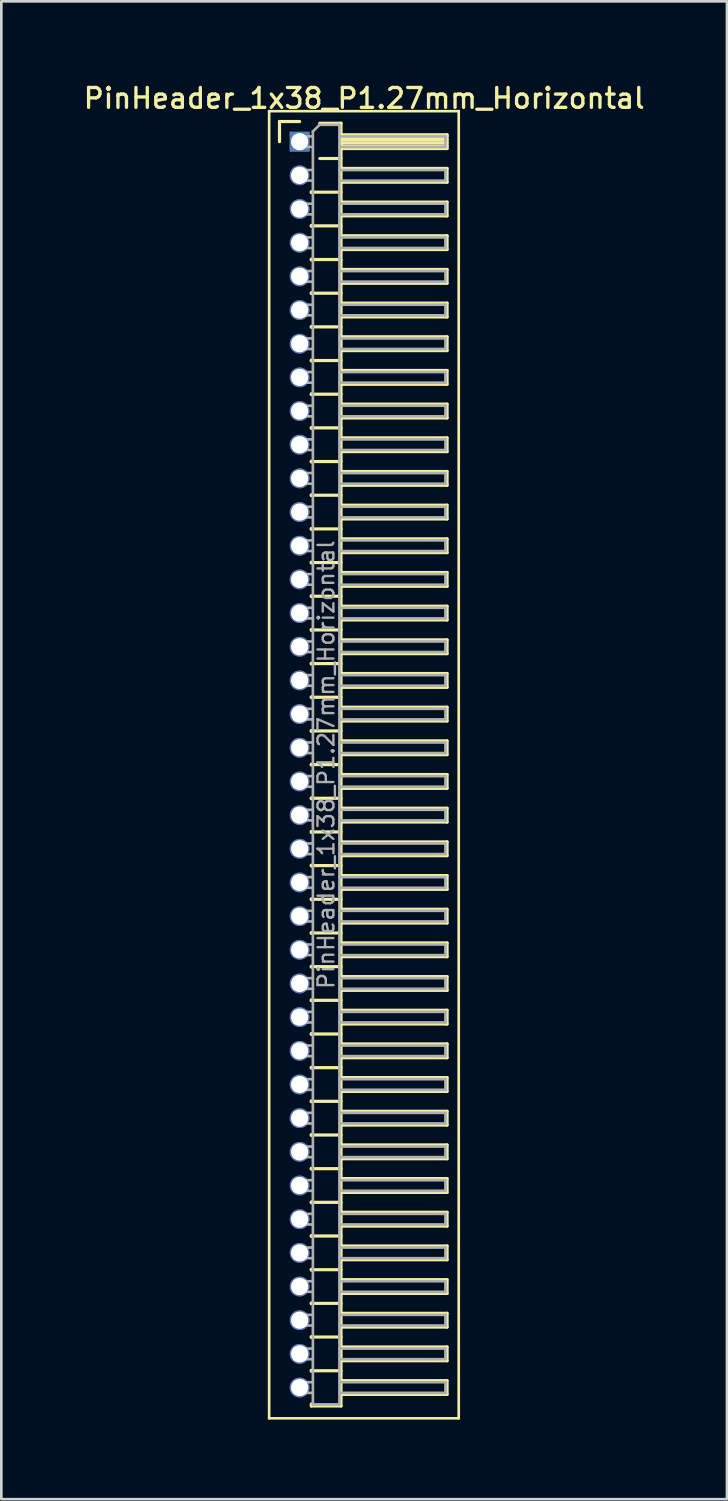
<source format=kicad_pcb>
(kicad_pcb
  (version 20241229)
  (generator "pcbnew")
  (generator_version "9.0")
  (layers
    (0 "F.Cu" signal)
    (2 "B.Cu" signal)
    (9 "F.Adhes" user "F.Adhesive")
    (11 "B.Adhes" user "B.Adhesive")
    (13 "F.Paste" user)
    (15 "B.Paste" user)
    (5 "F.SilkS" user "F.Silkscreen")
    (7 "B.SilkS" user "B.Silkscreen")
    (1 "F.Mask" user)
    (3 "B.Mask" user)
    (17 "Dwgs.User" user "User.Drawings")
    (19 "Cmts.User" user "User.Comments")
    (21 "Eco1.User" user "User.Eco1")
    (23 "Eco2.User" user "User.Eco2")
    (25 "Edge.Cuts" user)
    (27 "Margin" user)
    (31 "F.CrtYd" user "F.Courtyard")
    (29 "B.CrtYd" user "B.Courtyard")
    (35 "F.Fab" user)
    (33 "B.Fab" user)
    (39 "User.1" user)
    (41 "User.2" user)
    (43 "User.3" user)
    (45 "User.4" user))
  (footprint "PinHeader_1x38_P1.27mm_Horizontal"
    (layer "F.Cu")
    (at 8.251 2.293)
    (property "Reference" "PinHeader_1x38_P1.27mm_Horizontal" (at 2.433 -1.635 0) (layer "F.SilkS") (effects (font (size 0.75 0.75) (thickness 0.125))))
    (attr through_hole)
    (fp_line (start -1.15 -1.15) (end -1.15 48.15) (stroke (width 0.1) (type solid)) (layer "F.SilkS"))
    (fp_line (start -1.15 48.15) (end 6 48.15) (stroke (width 0.1) (type solid)) (layer "F.SilkS"))
    (fp_line (start -0.76 -0.76) (end 0 -0.76) (stroke (width 0.12) (type solid)) (layer "F.SilkS"))
    (fp_line (start -0.76 0) (end -0.76 -0.76) (stroke (width 0.12) (type solid)) (layer "F.SilkS"))
    (fp_line (start 0.44 1.89) (end 0.44 1.92) (stroke (width 0.12) (type solid)) (layer "F.SilkS"))
    (fp_line (start 0.44 1.905) (end 1.56 1.905) (stroke (width 0.12) (type solid)) (layer "F.SilkS"))
    (fp_line (start 0.44 3.16) (end 0.44 3.19) (stroke (width 0.12) (type solid)) (layer "F.SilkS"))
    (fp_line (start 0.44 3.175) (end 1.56 3.175) (stroke (width 0.12) (type solid)) (layer "F.SilkS"))
    (fp_line (start 0.44 4.43) (end 0.44 4.46) (stroke (width 0.12) (type solid)) (layer "F.SilkS"))
    (fp_line (start 0.44 4.445) (end 1.56 4.445) (stroke (width 0.12) (type solid)) (layer "F.SilkS"))
    (fp_line (start 0.44 5.7) (end 0.44 5.73) (stroke (width 0.12) (type solid)) (layer "F.SilkS"))
    (fp_line (start 0.44 5.715) (end 1.56 5.715) (stroke (width 0.12) (type solid)) (layer "F.SilkS"))
    (fp_line (start 0.44 6.97) (end 0.44 7) (stroke (width 0.12) (type solid)) (layer "F.SilkS"))
    (fp_line (start 0.44 6.985) (end 1.56 6.985) (stroke (width 0.12) (type solid)) (layer "F.SilkS"))
    (fp_line (start 0.44 8.24) (end 0.44 8.27) (stroke (width 0.12) (type solid)) (layer "F.SilkS"))
    (fp_line (start 0.44 8.255) (end 1.56 8.255) (stroke (width 0.12) (type solid)) (layer "F.SilkS"))
    (fp_line (start 0.44 9.51) (end 0.44 9.54) (stroke (width 0.12) (type solid)) (layer "F.SilkS"))
    (fp_line (start 0.44 9.525) (end 1.56 9.525) (stroke (width 0.12) (type solid)) (layer "F.SilkS"))
    (fp_line (start 0.44 10.78) (end 0.44 10.81) (stroke (width 0.12) (type solid)) (layer "F.SilkS"))
    (fp_line (start 0.44 10.795) (end 1.56 10.795) (stroke (width 0.12) (type solid)) (layer "F.SilkS"))
    (fp_line (start 0.44 12.05) (end 0.44 12.08) (stroke (width 0.12) (type solid)) (layer "F.SilkS"))
    (fp_line (start 0.44 12.065) (end 1.56 12.065) (stroke (width 0.12) (type solid)) (layer "F.SilkS"))
    (fp_line (start 0.44 13.32) (end 0.44 13.35) (stroke (width 0.12) (type solid)) (layer "F.SilkS"))
    (fp_line (start 0.44 13.335) (end 1.56 13.335) (stroke (width 0.12) (type solid)) (layer "F.SilkS"))
    (fp_line (start 0.44 14.59) (end 0.44 14.62) (stroke (width 0.12) (type solid)) (layer "F.SilkS"))
    (fp_line (start 0.44 14.605) (end 1.56 14.605) (stroke (width 0.12) (type solid)) (layer "F.SilkS"))
    (fp_line (start 0.44 15.86) (end 0.44 15.89) (stroke (width 0.12) (type solid)) (layer "F.SilkS"))
    (fp_line (start 0.44 15.875) (end 1.56 15.875) (stroke (width 0.12) (type solid)) (layer "F.SilkS"))
    (fp_line (start 0.44 17.13) (end 0.44 17.16) (stroke (width 0.12) (type solid)) (layer "F.SilkS"))
    (fp_line (start 0.44 17.145) (end 1.56 17.145) (stroke (width 0.12) (type solid)) (layer "F.SilkS"))
    (fp_line (start 0.44 18.4) (end 0.44 18.43) (stroke (width 0.12) (type solid)) (layer "F.SilkS"))
    (fp_line (start 0.44 18.415) (end 1.56 18.415) (stroke (width 0.12) (type solid)) (layer "F.SilkS"))
    (fp_line (start 0.44 19.67) (end 0.44 19.7) (stroke (width 0.12) (type solid)) (layer "F.SilkS"))
    (fp_line (start 0.44 19.685) (end 1.56 19.685) (stroke (width 0.12) (type solid)) (layer "F.SilkS"))
    (fp_line (start 0.44 20.94) (end 0.44 20.97) (stroke (width 0.12) (type solid)) (layer "F.SilkS"))
    (fp_line (start 0.44 20.955) (end 1.56 20.955) (stroke (width 0.12) (type solid)) (layer "F.SilkS"))
    (fp_line (start 0.44 22.21) (end 0.44 22.24) (stroke (width 0.12) (type solid)) (layer "F.SilkS"))
    (fp_line (start 0.44 22.225) (end 1.56 22.225) (stroke (width 0.12) (type solid)) (layer "F.SilkS"))
    (fp_line (start 0.44 23.48) (end 0.44 23.51) (stroke (width 0.12) (type solid)) (layer "F.SilkS"))
    (fp_line (start 0.44 23.495) (end 1.56 23.495) (stroke (width 0.12) (type solid)) (layer "F.SilkS"))
    (fp_line (start 0.44 24.75) (end 0.44 24.78) (stroke (width 0.12) (type solid)) (layer "F.SilkS"))
    (fp_line (start 0.44 24.765) (end 1.56 24.765) (stroke (width 0.12) (type solid)) (layer "F.SilkS"))
    (fp_line (start 0.44 26.02) (end 0.44 26.05) (stroke (width 0.12) (type solid)) (layer "F.SilkS"))
    (fp_line (start 0.44 26.035) (end 1.56 26.035) (stroke (width 0.12) (type solid)) (layer "F.SilkS"))
    (fp_line (start 0.44 27.29) (end 0.44 27.32) (stroke (width 0.12) (type solid)) (layer "F.SilkS"))
    (fp_line (start 0.44 27.305) (end 1.56 27.305) (stroke (width 0.12) (type solid)) (layer "F.SilkS"))
    (fp_line (start 0.44 28.56) (end 0.44 28.59) (stroke (width 0.12) (type solid)) (layer "F.SilkS"))
    (fp_line (start 0.44 28.575) (end 1.56 28.575) (stroke (width 0.12) (type solid)) (layer "F.SilkS"))
    (fp_line (start 0.44 29.83) (end 0.44 29.86) (stroke (width 0.12) (type solid)) (layer "F.SilkS"))
    (fp_line (start 0.44 29.845) (end 1.56 29.845) (stroke (width 0.12) (type solid)) (layer "F.SilkS"))
    (fp_line (start 0.44 31.1) (end 0.44 31.13) (stroke (width 0.12) (type solid)) (layer "F.SilkS"))
    (fp_line (start 0.44 31.115) (end 1.56 31.115) (stroke (width 0.12) (type solid)) (layer "F.SilkS"))
    (fp_line (start 0.44 32.37) (end 0.44 32.4) (stroke (width 0.12) (type solid)) (layer "F.SilkS"))
    (fp_line (start 0.44 32.385) (end 1.56 32.385) (stroke (width 0.12) (type solid)) (layer "F.SilkS"))
    (fp_line (start 0.44 33.64) (end 0.44 33.67) (stroke (width 0.12) (type solid)) (layer "F.SilkS"))
    (fp_line (start 0.44 33.655) (end 1.56 33.655) (stroke (width 0.12) (type solid)) (layer "F.SilkS"))
    (fp_line (start 0.44 34.91) (end 0.44 34.94) (stroke (width 0.12) (type solid)) (layer "F.SilkS"))
    (fp_line (start 0.44 34.925) (end 1.56 34.925) (stroke (width 0.12) (type solid)) (layer "F.SilkS"))
    (fp_line (start 0.44 36.18) (end 0.44 36.21) (stroke (width 0.12) (type solid)) (layer "F.SilkS"))
    (fp_line (start 0.44 36.195) (end 1.56 36.195) (stroke (width 0.12) (type solid)) (layer "F.SilkS"))
    (fp_line (start 0.44 37.45) (end 0.44 37.48) (stroke (width 0.12) (type solid)) (layer "F.SilkS"))
    (fp_line (start 0.44 37.465) (end 1.56 37.465) (stroke (width 0.12) (type solid)) (layer "F.SilkS"))
    (fp_line (start 0.44 38.72) (end 0.44 38.75) (stroke (width 0.12) (type solid)) (layer "F.SilkS"))
    (fp_line (start 0.44 38.735) (end 1.56 38.735) (stroke (width 0.12) (type solid)) (layer "F.SilkS"))
    (fp_line (start 0.44 39.99) (end 0.44 40.02) (stroke (width 0.12) (type solid)) (layer "F.SilkS"))
    (fp_line (start 0.44 40.005) (end 1.56 40.005) (stroke (width 0.12) (type solid)) (layer "F.SilkS"))
    (fp_line (start 0.44 41.26) (end 0.44 41.29) (stroke (width 0.12) (type solid)) (layer "F.SilkS"))
    (fp_line (start 0.44 41.275) (end 1.56 41.275) (stroke (width 0.12) (type solid)) (layer "F.SilkS"))
    (fp_line (start 0.44 42.53) (end 0.44 42.56) (stroke (width 0.12) (type solid)) (layer "F.SilkS"))
    (fp_line (start 0.44 42.545) (end 1.56 42.545) (stroke (width 0.12) (type solid)) (layer "F.SilkS"))
    (fp_line (start 0.44 43.8) (end 0.44 43.83) (stroke (width 0.12) (type solid)) (layer "F.SilkS"))
    (fp_line (start 0.44 43.815) (end 1.56 43.815) (stroke (width 0.12) (type solid)) (layer "F.SilkS"))
    (fp_line (start 0.44 45.07) (end 0.44 45.1) (stroke (width 0.12) (type solid)) (layer "F.SilkS"))
    (fp_line (start 0.44 45.085) (end 1.56 45.085) (stroke (width 0.12) (type solid)) (layer "F.SilkS"))
    (fp_line (start 0.44 46.34) (end 0.44 46.37) (stroke (width 0.12) (type solid)) (layer "F.SilkS"))
    (fp_line (start 0.44 46.355) (end 1.56 46.355) (stroke (width 0.12) (type solid)) (layer "F.SilkS"))
    (fp_line (start 0.44 47.685) (end 0.44 47.61) (stroke (width 0.12) (type solid)) (layer "F.SilkS"))
    (fp_line (start 0.76 -0.695) (end 1.56 -0.695) (stroke (width 0.12) (type solid)) (layer "F.SilkS"))
    (fp_line (start 0.76 0.635) (end 1.56 0.635) (stroke (width 0.12) (type solid)) (layer "F.SilkS"))
    (fp_line (start 1.56 -0.695) (end 1.56 47.685) (stroke (width 0.12) (type solid)) (layer "F.SilkS"))
    (fp_line (start 1.56 -0.26) (end 5.56 -0.26) (stroke (width 0.12) (type solid)) (layer "F.SilkS"))
    (fp_line (start 1.56 -0.2) (end 5.56 -0.2) (stroke (width 0.12) (type solid)) (layer "F.SilkS"))
    (fp_line (start 1.56 -0.08) (end 5.56 -0.08) (stroke (width 0.12) (type solid)) (layer "F.SilkS"))
    (fp_line (start 1.56 0.04) (end 5.56 0.04) (stroke (width 0.12) (type solid)) (layer "F.SilkS"))
    (fp_line (start 1.56 0.16) (end 5.56 0.16) (stroke (width 0.12) (type solid)) (layer "F.SilkS"))
    (fp_line (start 1.56 1.01) (end 5.56 1.01) (stroke (width 0.12) (type solid)) (layer "F.SilkS"))
    (fp_line (start 1.56 2.28) (end 5.56 2.28) (stroke (width 0.12) (type solid)) (layer "F.SilkS"))
    (fp_line (start 1.56 3.55) (end 5.56 3.55) (stroke (width 0.12) (type solid)) (layer "F.SilkS"))
    (fp_line (start 1.56 4.82) (end 5.56 4.82) (stroke (width 0.12) (type solid)) (layer "F.SilkS"))
    (fp_line (start 1.56 6.09) (end 5.56 6.09) (stroke (width 0.12) (type solid)) (layer "F.SilkS"))
    (fp_line (start 1.56 7.36) (end 5.56 7.36) (stroke (width 0.12) (type solid)) (layer "F.SilkS"))
    (fp_line (start 1.56 8.63) (end 5.56 8.63) (stroke (width 0.12) (type solid)) (layer "F.SilkS"))
    (fp_line (start 1.56 9.9) (end 5.56 9.9) (stroke (width 0.12) (type solid)) (layer "F.SilkS"))
    (fp_line (start 1.56 11.17) (end 5.56 11.17) (stroke (width 0.12) (type solid)) (layer "F.SilkS"))
    (fp_line (start 1.56 12.44) (end 5.56 12.44) (stroke (width 0.12) (type solid)) (layer "F.SilkS"))
    (fp_line (start 1.56 13.71) (end 5.56 13.71) (stroke (width 0.12) (type solid)) (layer "F.SilkS"))
    (fp_line (start 1.56 14.98) (end 5.56 14.98) (stroke (width 0.12) (type solid)) (layer "F.SilkS"))
    (fp_line (start 1.56 16.25) (end 5.56 16.25) (stroke (width 0.12) (type solid)) (layer "F.SilkS"))
    (fp_line (start 1.56 17.52) (end 5.56 17.52) (stroke (width 0.12) (type solid)) (layer "F.SilkS"))
    (fp_line (start 1.56 18.79) (end 5.56 18.79) (stroke (width 0.12) (type solid)) (layer "F.SilkS"))
    (fp_line (start 1.56 20.06) (end 5.56 20.06) (stroke (width 0.12) (type solid)) (layer "F.SilkS"))
    (fp_line (start 1.56 21.33) (end 5.56 21.33) (stroke (width 0.12) (type solid)) (layer "F.SilkS"))
    (fp_line (start 1.56 22.6) (end 5.56 22.6) (stroke (width 0.12) (type solid)) (layer "F.SilkS"))
    (fp_line (start 1.56 23.87) (end 5.56 23.87) (stroke (width 0.12) (type solid)) (layer "F.SilkS"))
    (fp_line (start 1.56 25.14) (end 5.56 25.14) (stroke (width 0.12) (type solid)) (layer "F.SilkS"))
    (fp_line (start 1.56 26.41) (end 5.56 26.41) (stroke (width 0.12) (type solid)) (layer "F.SilkS"))
    (fp_line (start 1.56 27.68) (end 5.56 27.68) (stroke (width 0.12) (type solid)) (layer "F.SilkS"))
    (fp_line (start 1.56 28.95) (end 5.56 28.95) (stroke (width 0.12) (type solid)) (layer "F.SilkS"))
    (fp_line (start 1.56 30.22) (end 5.56 30.22) (stroke (width 0.12) (type solid)) (layer "F.SilkS"))
    (fp_line (start 1.56 31.49) (end 5.56 31.49) (stroke (width 0.12) (type solid)) (layer "F.SilkS"))
    (fp_line (start 1.56 32.76) (end 5.56 32.76) (stroke (width 0.12) (type solid)) (layer "F.SilkS"))
    (fp_line (start 1.56 34.03) (end 5.56 34.03) (stroke (width 0.12) (type solid)) (layer "F.SilkS"))
    (fp_line (start 1.56 35.3) (end 5.56 35.3) (stroke (width 0.12) (type solid)) (layer "F.SilkS"))
    (fp_line (start 1.56 36.57) (end 5.56 36.57) (stroke (width 0.12) (type solid)) (layer "F.SilkS"))
    (fp_line (start 1.56 37.84) (end 5.56 37.84) (stroke (width 0.12) (type solid)) (layer "F.SilkS"))
    (fp_line (start 1.56 39.11) (end 5.56 39.11) (stroke (width 0.12) (type solid)) (layer "F.SilkS"))
    (fp_line (start 1.56 40.38) (end 5.56 40.38) (stroke (width 0.12) (type solid)) (layer "F.SilkS"))
    (fp_line (start 1.56 41.65) (end 5.56 41.65) (stroke (width 0.12) (type solid)) (layer "F.SilkS"))
    (fp_line (start 1.56 42.92) (end 5.56 42.92) (stroke (width 0.12) (type solid)) (layer "F.SilkS"))
    (fp_line (start 1.56 44.19) (end 5.56 44.19) (stroke (width 0.12) (type solid)) (layer "F.SilkS"))
    (fp_line (start 1.56 45.46) (end 5.56 45.46) (stroke (width 0.12) (type solid)) (layer "F.SilkS"))
    (fp_line (start 1.56 46.73) (end 5.56 46.73) (stroke (width 0.12) (type solid)) (layer "F.SilkS"))
    (fp_line (start 1.56 47.685) (end 0.44 47.685) (stroke (width 0.12) (type solid)) (layer "F.SilkS"))
    (fp_line (start 5.56 -0.26) (end 5.56 0.26) (stroke (width 0.12) (type solid)) (layer "F.SilkS"))
    (fp_line (start 5.56 0.26) (end 1.56 0.26) (stroke (width 0.12) (type solid)) (layer "F.SilkS"))
    (fp_line (start 5.56 1.01) (end 5.56 1.53) (stroke (width 0.12) (type solid)) (layer "F.SilkS"))
    (fp_line (start 5.56 1.53) (end 1.56 1.53) (stroke (width 0.12) (type solid)) (layer "F.SilkS"))
    (fp_line (start 5.56 2.28) (end 5.56 2.8) (stroke (width 0.12) (type solid)) (layer "F.SilkS"))
    (fp_line (start 5.56 2.8) (end 1.56 2.8) (stroke (width 0.12) (type solid)) (layer "F.SilkS"))
    (fp_line (start 5.56 3.55) (end 5.56 4.07) (stroke (width 0.12) (type solid)) (layer "F.SilkS"))
    (fp_line (start 5.56 4.07) (end 1.56 4.07) (stroke (width 0.12) (type solid)) (layer "F.SilkS"))
    (fp_line (start 5.56 4.82) (end 5.56 5.34) (stroke (width 0.12) (type solid)) (layer "F.SilkS"))
    (fp_line (start 5.56 5.34) (end 1.56 5.34) (stroke (width 0.12) (type solid)) (layer "F.SilkS"))
    (fp_line (start 5.56 6.09) (end 5.56 6.61) (stroke (width 0.12) (type solid)) (layer "F.SilkS"))
    (fp_line (start 5.56 6.61) (end 1.56 6.61) (stroke (width 0.12) (type solid)) (layer "F.SilkS"))
    (fp_line (start 5.56 7.36) (end 5.56 7.88) (stroke (width 0.12) (type solid)) (layer "F.SilkS"))
    (fp_line (start 5.56 7.88) (end 1.56 7.88) (stroke (width 0.12) (type solid)) (layer "F.SilkS"))
    (fp_line (start 5.56 8.63) (end 5.56 9.15) (stroke (width 0.12) (type solid)) (layer "F.SilkS"))
    (fp_line (start 5.56 9.15) (end 1.56 9.15) (stroke (width 0.12) (type solid)) (layer "F.SilkS"))
    (fp_line (start 5.56 9.9) (end 5.56 10.42) (stroke (width 0.12) (type solid)) (layer "F.SilkS"))
    (fp_line (start 5.56 10.42) (end 1.56 10.42) (stroke (width 0.12) (type solid)) (layer "F.SilkS"))
    (fp_line (start 5.56 11.17) (end 5.56 11.69) (stroke (width 0.12) (type solid)) (layer "F.SilkS"))
    (fp_line (start 5.56 11.69) (end 1.56 11.69) (stroke (width 0.12) (type solid)) (layer "F.SilkS"))
    (fp_line (start 5.56 12.44) (end 5.56 12.96) (stroke (width 0.12) (type solid)) (layer "F.SilkS"))
    (fp_line (start 5.56 12.96) (end 1.56 12.96) (stroke (width 0.12) (type solid)) (layer "F.SilkS"))
    (fp_line (start 5.56 13.71) (end 5.56 14.23) (stroke (width 0.12) (type solid)) (layer "F.SilkS"))
    (fp_line (start 5.56 14.23) (end 1.56 14.23) (stroke (width 0.12) (type solid)) (layer "F.SilkS"))
    (fp_line (start 5.56 14.98) (end 5.56 15.5) (stroke (width 0.12) (type solid)) (layer "F.SilkS"))
    (fp_line (start 5.56 15.5) (end 1.56 15.5) (stroke (width 0.12) (type solid)) (layer "F.SilkS"))
    (fp_line (start 5.56 16.25) (end 5.56 16.77) (stroke (width 0.12) (type solid)) (layer "F.SilkS"))
    (fp_line (start 5.56 16.77) (end 1.56 16.77) (stroke (width 0.12) (type solid)) (layer "F.SilkS"))
    (fp_line (start 5.56 17.52) (end 5.56 18.04) (stroke (width 0.12) (type solid)) (layer "F.SilkS"))
    (fp_line (start 5.56 18.04) (end 1.56 18.04) (stroke (width 0.12) (type solid)) (layer "F.SilkS"))
    (fp_line (start 5.56 18.79) (end 5.56 19.31) (stroke (width 0.12) (type solid)) (layer "F.SilkS"))
    (fp_line (start 5.56 19.31) (end 1.56 19.31) (stroke (width 0.12) (type solid)) (layer "F.SilkS"))
    (fp_line (start 5.56 20.06) (end 5.56 20.58) (stroke (width 0.12) (type solid)) (layer "F.SilkS"))
    (fp_line (start 5.56 20.58) (end 1.56 20.58) (stroke (width 0.12) (type solid)) (layer "F.SilkS"))
    (fp_line (start 5.56 21.33) (end 5.56 21.85) (stroke (width 0.12) (type solid)) (layer "F.SilkS"))
    (fp_line (start 5.56 21.85) (end 1.56 21.85) (stroke (width 0.12) (type solid)) (layer "F.SilkS"))
    (fp_line (start 5.56 22.6) (end 5.56 23.12) (stroke (width 0.12) (type solid)) (layer "F.SilkS"))
    (fp_line (start 5.56 23.12) (end 1.56 23.12) (stroke (width 0.12) (type solid)) (layer "F.SilkS"))
    (fp_line (start 5.56 23.87) (end 5.56 24.39) (stroke (width 0.12) (type solid)) (layer "F.SilkS"))
    (fp_line (start 5.56 24.39) (end 1.56 24.39) (stroke (width 0.12) (type solid)) (layer "F.SilkS"))
    (fp_line (start 5.56 25.14) (end 5.56 25.66) (stroke (width 0.12) (type solid)) (layer "F.SilkS"))
    (fp_line (start 5.56 25.66) (end 1.56 25.66) (stroke (width 0.12) (type solid)) (layer "F.SilkS"))
    (fp_line (start 5.56 26.41) (end 5.56 26.93) (stroke (width 0.12) (type solid)) (layer "F.SilkS"))
    (fp_line (start 5.56 26.93) (end 1.56 26.93) (stroke (width 0.12) (type solid)) (layer "F.SilkS"))
    (fp_line (start 5.56 27.68) (end 5.56 28.2) (stroke (width 0.12) (type solid)) (layer "F.SilkS"))
    (fp_line (start 5.56 28.2) (end 1.56 28.2) (stroke (width 0.12) (type solid)) (layer "F.SilkS"))
    (fp_line (start 5.56 28.95) (end 5.56 29.47) (stroke (width 0.12) (type solid)) (layer "F.SilkS"))
    (fp_line (start 5.56 29.47) (end 1.56 29.47) (stroke (width 0.12) (type solid)) (layer "F.SilkS"))
    (fp_line (start 5.56 30.22) (end 5.56 30.74) (stroke (width 0.12) (type solid)) (layer "F.SilkS"))
    (fp_line (start 5.56 30.74) (end 1.56 30.74) (stroke (width 0.12) (type solid)) (layer "F.SilkS"))
    (fp_line (start 5.56 31.49) (end 5.56 32.01) (stroke (width 0.12) (type solid)) (layer "F.SilkS"))
    (fp_line (start 5.56 32.01) (end 1.56 32.01) (stroke (width 0.12) (type solid)) (layer "F.SilkS"))
    (fp_line (start 5.56 32.76) (end 5.56 33.28) (stroke (width 0.12) (type solid)) (layer "F.SilkS"))
    (fp_line (start 5.56 33.28) (end 1.56 33.28) (stroke (width 0.12) (type solid)) (layer "F.SilkS"))
    (fp_line (start 5.56 34.03) (end 5.56 34.55) (stroke (width 0.12) (type solid)) (layer "F.SilkS"))
    (fp_line (start 5.56 34.55) (end 1.56 34.55) (stroke (width 0.12) (type solid)) (layer "F.SilkS"))
    (fp_line (start 5.56 35.3) (end 5.56 35.82) (stroke (width 0.12) (type solid)) (layer "F.SilkS"))
    (fp_line (start 5.56 35.82) (end 1.56 35.82) (stroke (width 0.12) (type solid)) (layer "F.SilkS"))
    (fp_line (start 5.56 36.57) (end 5.56 37.09) (stroke (width 0.12) (type solid)) (layer "F.SilkS"))
    (fp_line (start 5.56 37.09) (end 1.56 37.09) (stroke (width 0.12) (type solid)) (layer "F.SilkS"))
    (fp_line (start 5.56 37.84) (end 5.56 38.36) (stroke (width 0.12) (type solid)) (layer "F.SilkS"))
    (fp_line (start 5.56 38.36) (end 1.56 38.36) (stroke (width 0.12) (type solid)) (layer "F.SilkS"))
    (fp_line (start 5.56 39.11) (end 5.56 39.63) (stroke (width 0.12) (type solid)) (layer "F.SilkS"))
    (fp_line (start 5.56 39.63) (end 1.56 39.63) (stroke (width 0.12) (type solid)) (layer "F.SilkS"))
    (fp_line (start 5.56 40.38) (end 5.56 40.9) (stroke (width 0.12) (type solid)) (layer "F.SilkS"))
    (fp_line (start 5.56 40.9) (end 1.56 40.9) (stroke (width 0.12) (type solid)) (layer "F.SilkS"))
    (fp_line (start 5.56 41.65) (end 5.56 42.17) (stroke (width 0.12) (type solid)) (layer "F.SilkS"))
    (fp_line (start 5.56 42.17) (end 1.56 42.17) (stroke (width 0.12) (type solid)) (layer "F.SilkS"))
    (fp_line (start 5.56 42.92) (end 5.56 43.44) (stroke (width 0.12) (type solid)) (layer "F.SilkS"))
    (fp_line (start 5.56 43.44) (end 1.56 43.44) (stroke (width 0.12) (type solid)) (layer "F.SilkS"))
    (fp_line (start 5.56 44.19) (end 5.56 44.71) (stroke (width 0.12) (type solid)) (layer "F.SilkS"))
    (fp_line (start 5.56 44.71) (end 1.56 44.71) (stroke (width 0.12) (type solid)) (layer "F.SilkS"))
    (fp_line (start 5.56 45.46) (end 5.56 45.98) (stroke (width 0.12) (type solid)) (layer "F.SilkS"))
    (fp_line (start 5.56 45.98) (end 1.56 45.98) (stroke (width 0.12) (type solid)) (layer "F.SilkS"))
    (fp_line (start 5.56 46.73) (end 5.56 47.25) (stroke (width 0.12) (type solid)) (layer "F.SilkS"))
    (fp_line (start 5.56 47.25) (end 1.56 47.25) (stroke (width 0.12) (type solid)) (layer "F.SilkS"))
    (fp_line (start 6 -1.15) (end -1.15 -1.15) (stroke (width 0.1) (type solid)) (layer "F.SilkS"))
    (fp_line (start 6 48.15) (end 6 -1.15) (stroke (width 0.1) (type solid)) (layer "F.SilkS"))
    (fp_line (start -0.2 -0.2) (end -0.2 0.2) (stroke (width 0.1) (type solid)) (layer "F.Fab"))
    (fp_line (start -0.2 -0.2) (end 0.5 -0.2) (stroke (width 0.1) (type solid)) (layer "F.Fab"))
    (fp_line (start -0.2 0.2) (end 0.5 0.2) (stroke (width 0.1) (type solid)) (layer "F.Fab"))
    (fp_line (start -0.2 1.07) (end -0.2 1.47) (stroke (width 0.1) (type solid)) (layer "F.Fab"))
    (fp_line (start -0.2 1.07) (end 0.5 1.07) (stroke (width 0.1) (type solid)) (layer "F.Fab"))
    (fp_line (start -0.2 1.47) (end 0.5 1.47) (stroke (width 0.1) (type solid)) (layer "F.Fab"))
    (fp_line (start -0.2 2.34) (end -0.2 2.74) (stroke (width 0.1) (type solid)) (layer "F.Fab"))
    (fp_line (start -0.2 2.34) (end 0.5 2.34) (stroke (width 0.1) (type solid)) (layer "F.Fab"))
    (fp_line (start -0.2 2.74) (end 0.5 2.74) (stroke (width 0.1) (type solid)) (layer "F.Fab"))
    (fp_line (start -0.2 3.61) (end -0.2 4.01) (stroke (width 0.1) (type solid)) (layer "F.Fab"))
    (fp_line (start -0.2 3.61) (end 0.5 3.61) (stroke (width 0.1) (type solid)) (layer "F.Fab"))
    (fp_line (start -0.2 4.01) (end 0.5 4.01) (stroke (width 0.1) (type solid)) (layer "F.Fab"))
    (fp_line (start -0.2 4.88) (end -0.2 5.28) (stroke (width 0.1) (type solid)) (layer "F.Fab"))
    (fp_line (start -0.2 4.88) (end 0.5 4.88) (stroke (width 0.1) (type solid)) (layer "F.Fab"))
    (fp_line (start -0.2 5.28) (end 0.5 5.28) (stroke (width 0.1) (type solid)) (layer "F.Fab"))
    (fp_line (start -0.2 6.15) (end -0.2 6.55) (stroke (width 0.1) (type solid)) (layer "F.Fab"))
    (fp_line (start -0.2 6.15) (end 0.5 6.15) (stroke (width 0.1) (type solid)) (layer "F.Fab"))
    (fp_line (start -0.2 6.55) (end 0.5 6.55) (stroke (width 0.1) (type solid)) (layer "F.Fab"))
    (fp_line (start -0.2 7.42) (end -0.2 7.82) (stroke (width 0.1) (type solid)) (layer "F.Fab"))
    (fp_line (start -0.2 7.42) (end 0.5 7.42) (stroke (width 0.1) (type solid)) (layer "F.Fab"))
    (fp_line (start -0.2 7.82) (end 0.5 7.82) (stroke (width 0.1) (type solid)) (layer "F.Fab"))
    (fp_line (start -0.2 8.69) (end -0.2 9.09) (stroke (width 0.1) (type solid)) (layer "F.Fab"))
    (fp_line (start -0.2 8.69) (end 0.5 8.69) (stroke (width 0.1) (type solid)) (layer "F.Fab"))
    (fp_line (start -0.2 9.09) (end 0.5 9.09) (stroke (width 0.1) (type solid)) (layer "F.Fab"))
    (fp_line (start -0.2 9.96) (end -0.2 10.36) (stroke (width 0.1) (type solid)) (layer "F.Fab"))
    (fp_line (start -0.2 9.96) (end 0.5 9.96) (stroke (width 0.1) (type solid)) (layer "F.Fab"))
    (fp_line (start -0.2 10.36) (end 0.5 10.36) (stroke (width 0.1) (type solid)) (layer "F.Fab"))
    (fp_line (start -0.2 11.23) (end -0.2 11.63) (stroke (width 0.1) (type solid)) (layer "F.Fab"))
    (fp_line (start -0.2 11.23) (end 0.5 11.23) (stroke (width 0.1) (type solid)) (layer "F.Fab"))
    (fp_line (start -0.2 11.63) (end 0.5 11.63) (stroke (width 0.1) (type solid)) (layer "F.Fab"))
    (fp_line (start -0.2 12.5) (end -0.2 12.9) (stroke (width 0.1) (type solid)) (layer "F.Fab"))
    (fp_line (start -0.2 12.5) (end 0.5 12.5) (stroke (width 0.1) (type solid)) (layer "F.Fab"))
    (fp_line (start -0.2 12.9) (end 0.5 12.9) (stroke (width 0.1) (type solid)) (layer "F.Fab"))
    (fp_line (start -0.2 13.77) (end -0.2 14.17) (stroke (width 0.1) (type solid)) (layer "F.Fab"))
    (fp_line (start -0.2 13.77) (end 0.5 13.77) (stroke (width 0.1) (type solid)) (layer "F.Fab"))
    (fp_line (start -0.2 14.17) (end 0.5 14.17) (stroke (width 0.1) (type solid)) (layer "F.Fab"))
    (fp_line (start -0.2 15.04) (end -0.2 15.44) (stroke (width 0.1) (type solid)) (layer "F.Fab"))
    (fp_line (start -0.2 15.04) (end 0.5 15.04) (stroke (width 0.1) (type solid)) (layer "F.Fab"))
    (fp_line (start -0.2 15.44) (end 0.5 15.44) (stroke (width 0.1) (type solid)) (layer "F.Fab"))
    (fp_line (start -0.2 16.31) (end -0.2 16.71) (stroke (width 0.1) (type solid)) (layer "F.Fab"))
    (fp_line (start -0.2 16.31) (end 0.5 16.31) (stroke (width 0.1) (type solid)) (layer "F.Fab"))
    (fp_line (start -0.2 16.71) (end 0.5 16.71) (stroke (width 0.1) (type solid)) (layer "F.Fab"))
    (fp_line (start -0.2 17.58) (end -0.2 17.98) (stroke (width 0.1) (type solid)) (layer "F.Fab"))
    (fp_line (start -0.2 17.58) (end 0.5 17.58) (stroke (width 0.1) (type solid)) (layer "F.Fab"))
    (fp_line (start -0.2 17.98) (end 0.5 17.98) (stroke (width 0.1) (type solid)) (layer "F.Fab"))
    (fp_line (start -0.2 18.85) (end -0.2 19.25) (stroke (width 0.1) (type solid)) (layer "F.Fab"))
    (fp_line (start -0.2 18.85) (end 0.5 18.85) (stroke (width 0.1) (type solid)) (layer "F.Fab"))
    (fp_line (start -0.2 19.25) (end 0.5 19.25) (stroke (width 0.1) (type solid)) (layer "F.Fab"))
    (fp_line (start -0.2 20.12) (end -0.2 20.52) (stroke (width 0.1) (type solid)) (layer "F.Fab"))
    (fp_line (start -0.2 20.12) (end 0.5 20.12) (stroke (width 0.1) (type solid)) (layer "F.Fab"))
    (fp_line (start -0.2 20.52) (end 0.5 20.52) (stroke (width 0.1) (type solid)) (layer "F.Fab"))
    (fp_line (start -0.2 21.39) (end -0.2 21.79) (stroke (width 0.1) (type solid)) (layer "F.Fab"))
    (fp_line (start -0.2 21.39) (end 0.5 21.39) (stroke (width 0.1) (type solid)) (layer "F.Fab"))
    (fp_line (start -0.2 21.79) (end 0.5 21.79) (stroke (width 0.1) (type solid)) (layer "F.Fab"))
    (fp_line (start -0.2 22.66) (end -0.2 23.06) (stroke (width 0.1) (type solid)) (layer "F.Fab"))
    (fp_line (start -0.2 22.66) (end 0.5 22.66) (stroke (width 0.1) (type solid)) (layer "F.Fab"))
    (fp_line (start -0.2 23.06) (end 0.5 23.06) (stroke (width 0.1) (type solid)) (layer "F.Fab"))
    (fp_line (start -0.2 23.93) (end -0.2 24.33) (stroke (width 0.1) (type solid)) (layer "F.Fab"))
    (fp_line (start -0.2 23.93) (end 0.5 23.93) (stroke (width 0.1) (type solid)) (layer "F.Fab"))
    (fp_line (start -0.2 24.33) (end 0.5 24.33) (stroke (width 0.1) (type solid)) (layer "F.Fab"))
    (fp_line (start -0.2 25.2) (end -0.2 25.6) (stroke (width 0.1) (type solid)) (layer "F.Fab"))
    (fp_line (start -0.2 25.2) (end 0.5 25.2) (stroke (width 0.1) (type solid)) (layer "F.Fab"))
    (fp_line (start -0.2 25.6) (end 0.5 25.6) (stroke (width 0.1) (type solid)) (layer "F.Fab"))
    (fp_line (start -0.2 26.47) (end -0.2 26.87) (stroke (width 0.1) (type solid)) (layer "F.Fab"))
    (fp_line (start -0.2 26.47) (end 0.5 26.47) (stroke (width 0.1) (type solid)) (layer "F.Fab"))
    (fp_line (start -0.2 26.87) (end 0.5 26.87) (stroke (width 0.1) (type solid)) (layer "F.Fab"))
    (fp_line (start -0.2 27.74) (end -0.2 28.14) (stroke (width 0.1) (type solid)) (layer "F.Fab"))
    (fp_line (start -0.2 27.74) (end 0.5 27.74) (stroke (width 0.1) (type solid)) (layer "F.Fab"))
    (fp_line (start -0.2 28.14) (end 0.5 28.14) (stroke (width 0.1) (type solid)) (layer "F.Fab"))
    (fp_line (start -0.2 29.01) (end -0.2 29.41) (stroke (width 0.1) (type solid)) (layer "F.Fab"))
    (fp_line (start -0.2 29.01) (end 0.5 29.01) (stroke (width 0.1) (type solid)) (layer "F.Fab"))
    (fp_line (start -0.2 29.41) (end 0.5 29.41) (stroke (width 0.1) (type solid)) (layer "F.Fab"))
    (fp_line (start -0.2 30.28) (end -0.2 30.68) (stroke (width 0.1) (type solid)) (layer "F.Fab"))
    (fp_line (start -0.2 30.28) (end 0.5 30.28) (stroke (width 0.1) (type solid)) (layer "F.Fab"))
    (fp_line (start -0.2 30.68) (end 0.5 30.68) (stroke (width 0.1) (type solid)) (layer "F.Fab"))
    (fp_line (start -0.2 31.55) (end -0.2 31.95) (stroke (width 0.1) (type solid)) (layer "F.Fab"))
    (fp_line (start -0.2 31.55) (end 0.5 31.55) (stroke (width 0.1) (type solid)) (layer "F.Fab"))
    (fp_line (start -0.2 31.95) (end 0.5 31.95) (stroke (width 0.1) (type solid)) (layer "F.Fab"))
    (fp_line (start -0.2 32.82) (end -0.2 33.22) (stroke (width 0.1) (type solid)) (layer "F.Fab"))
    (fp_line (start -0.2 32.82) (end 0.5 32.82) (stroke (width 0.1) (type solid)) (layer "F.Fab"))
    (fp_line (start -0.2 33.22) (end 0.5 33.22) (stroke (width 0.1) (type solid)) (layer "F.Fab"))
    (fp_line (start -0.2 34.09) (end -0.2 34.49) (stroke (width 0.1) (type solid)) (layer "F.Fab"))
    (fp_line (start -0.2 34.09) (end 0.5 34.09) (stroke (width 0.1) (type solid)) (layer "F.Fab"))
    (fp_line (start -0.2 34.49) (end 0.5 34.49) (stroke (width 0.1) (type solid)) (layer "F.Fab"))
    (fp_line (start -0.2 35.36) (end -0.2 35.76) (stroke (width 0.1) (type solid)) (layer "F.Fab"))
    (fp_line (start -0.2 35.36) (end 0.5 35.36) (stroke (width 0.1) (type solid)) (layer "F.Fab"))
    (fp_line (start -0.2 35.76) (end 0.5 35.76) (stroke (width 0.1) (type solid)) (layer "F.Fab"))
    (fp_line (start -0.2 36.63) (end -0.2 37.03) (stroke (width 0.1) (type solid)) (layer "F.Fab"))
    (fp_line (start -0.2 36.63) (end 0.5 36.63) (stroke (width 0.1) (type solid)) (layer "F.Fab"))
    (fp_line (start -0.2 37.03) (end 0.5 37.03) (stroke (width 0.1) (type solid)) (layer "F.Fab"))
    (fp_line (start -0.2 37.9) (end -0.2 38.3) (stroke (width 0.1) (type solid)) (layer "F.Fab"))
    (fp_line (start -0.2 37.9) (end 0.5 37.9) (stroke (width 0.1) (type solid)) (layer "F.Fab"))
    (fp_line (start -0.2 38.3) (end 0.5 38.3) (stroke (width 0.1) (type solid)) (layer "F.Fab"))
    (fp_line (start -0.2 39.17) (end -0.2 39.57) (stroke (width 0.1) (type solid)) (layer "F.Fab"))
    (fp_line (start -0.2 39.17) (end 0.5 39.17) (stroke (width 0.1) (type solid)) (layer "F.Fab"))
    (fp_line (start -0.2 39.57) (end 0.5 39.57) (stroke (width 0.1) (type solid)) (layer "F.Fab"))
    (fp_line (start -0.2 40.44) (end -0.2 40.84) (stroke (width 0.1) (type solid)) (layer "F.Fab"))
    (fp_line (start -0.2 40.44) (end 0.5 40.44) (stroke (width 0.1) (type solid)) (layer "F.Fab"))
    (fp_line (start -0.2 40.84) (end 0.5 40.84) (stroke (width 0.1) (type solid)) (layer "F.Fab"))
    (fp_line (start -0.2 41.71) (end -0.2 42.11) (stroke (width 0.1) (type solid)) (layer "F.Fab"))
    (fp_line (start -0.2 41.71) (end 0.5 41.71) (stroke (width 0.1) (type solid)) (layer "F.Fab"))
    (fp_line (start -0.2 42.11) (end 0.5 42.11) (stroke (width 0.1) (type solid)) (layer "F.Fab"))
    (fp_line (start -0.2 42.98) (end -0.2 43.38) (stroke (width 0.1) (type solid)) (layer "F.Fab"))
    (fp_line (start -0.2 42.98) (end 0.5 42.98) (stroke (width 0.1) (type solid)) (layer "F.Fab"))
    (fp_line (start -0.2 43.38) (end 0.5 43.38) (stroke (width 0.1) (type solid)) (layer "F.Fab"))
    (fp_line (start -0.2 44.25) (end -0.2 44.65) (stroke (width 0.1) (type solid)) (layer "F.Fab"))
    (fp_line (start -0.2 44.25) (end 0.5 44.25) (stroke (width 0.1) (type solid)) (layer "F.Fab"))
    (fp_line (start -0.2 44.65) (end 0.5 44.65) (stroke (width 0.1) (type solid)) (layer "F.Fab"))
    (fp_line (start -0.2 45.52) (end -0.2 45.92) (stroke (width 0.1) (type solid)) (layer "F.Fab"))
    (fp_line (start -0.2 45.52) (end 0.5 45.52) (stroke (width 0.1) (type solid)) (layer "F.Fab"))
    (fp_line (start -0.2 45.92) (end 0.5 45.92) (stroke (width 0.1) (type solid)) (layer "F.Fab"))
    (fp_line (start -0.2 46.79) (end -0.2 47.19) (stroke (width 0.1) (type solid)) (layer "F.Fab"))
    (fp_line (start -0.2 46.79) (end 0.5 46.79) (stroke (width 0.1) (type solid)) (layer "F.Fab"))
    (fp_line (start -0.2 47.19) (end 0.5 47.19) (stroke (width 0.1) (type solid)) (layer "F.Fab"))
    (fp_line (start 0.5 -0.385) (end 0.75 -0.635) (stroke (width 0.1) (type solid)) (layer "F.Fab"))
    (fp_line (start 0.5 47.625) (end 0.5 -0.385) (stroke (width 0.1) (type solid)) (layer "F.Fab"))
    (fp_line (start 0.75 -0.635) (end 1.5 -0.635) (stroke (width 0.1) (type solid)) (layer "F.Fab"))
    (fp_line (start 1.5 -0.635) (end 1.5 47.625) (stroke (width 0.1) (type solid)) (layer "F.Fab"))
    (fp_line (start 1.5 -0.2) (end 5.5 -0.2) (stroke (width 0.1) (type solid)) (layer "F.Fab"))
    (fp_line (start 1.5 0.2) (end 5.5 0.2) (stroke (width 0.1) (type solid)) (layer "F.Fab"))
    (fp_line (start 1.5 1.07) (end 5.5 1.07) (stroke (width 0.1) (type solid)) (layer "F.Fab"))
    (fp_line (start 1.5 1.47) (end 5.5 1.47) (stroke (width 0.1) (type solid)) (layer "F.Fab"))
    (fp_line (start 1.5 2.34) (end 5.5 2.34) (stroke (width 0.1) (type solid)) (layer "F.Fab"))
    (fp_line (start 1.5 2.74) (end 5.5 2.74) (stroke (width 0.1) (type solid)) (layer "F.Fab"))
    (fp_line (start 1.5 3.61) (end 5.5 3.61) (stroke (width 0.1) (type solid)) (layer "F.Fab"))
    (fp_line (start 1.5 4.01) (end 5.5 4.01) (stroke (width 0.1) (type solid)) (layer "F.Fab"))
    (fp_line (start 1.5 4.88) (end 5.5 4.88) (stroke (width 0.1) (type solid)) (layer "F.Fab"))
    (fp_line (start 1.5 5.28) (end 5.5 5.28) (stroke (width 0.1) (type solid)) (layer "F.Fab"))
    (fp_line (start 1.5 6.15) (end 5.5 6.15) (stroke (width 0.1) (type solid)) (layer "F.Fab"))
    (fp_line (start 1.5 6.55) (end 5.5 6.55) (stroke (width 0.1) (type solid)) (layer "F.Fab"))
    (fp_line (start 1.5 7.42) (end 5.5 7.42) (stroke (width 0.1) (type solid)) (layer "F.Fab"))
    (fp_line (start 1.5 7.82) (end 5.5 7.82) (stroke (width 0.1) (type solid)) (layer "F.Fab"))
    (fp_line (start 1.5 8.69) (end 5.5 8.69) (stroke (width 0.1) (type solid)) (layer "F.Fab"))
    (fp_line (start 1.5 9.09) (end 5.5 9.09) (stroke (width 0.1) (type solid)) (layer "F.Fab"))
    (fp_line (start 1.5 9.96) (end 5.5 9.96) (stroke (width 0.1) (type solid)) (layer "F.Fab"))
    (fp_line (start 1.5 10.36) (end 5.5 10.36) (stroke (width 0.1) (type solid)) (layer "F.Fab"))
    (fp_line (start 1.5 11.23) (end 5.5 11.23) (stroke (width 0.1) (type solid)) (layer "F.Fab"))
    (fp_line (start 1.5 11.63) (end 5.5 11.63) (stroke (width 0.1) (type solid)) (layer "F.Fab"))
    (fp_line (start 1.5 12.5) (end 5.5 12.5) (stroke (width 0.1) (type solid)) (layer "F.Fab"))
    (fp_line (start 1.5 12.9) (end 5.5 12.9) (stroke (width 0.1) (type solid)) (layer "F.Fab"))
    (fp_line (start 1.5 13.77) (end 5.5 13.77) (stroke (width 0.1) (type solid)) (layer "F.Fab"))
    (fp_line (start 1.5 14.17) (end 5.5 14.17) (stroke (width 0.1) (type solid)) (layer "F.Fab"))
    (fp_line (start 1.5 15.04) (end 5.5 15.04) (stroke (width 0.1) (type solid)) (layer "F.Fab"))
    (fp_line (start 1.5 15.44) (end 5.5 15.44) (stroke (width 0.1) (type solid)) (layer "F.Fab"))
    (fp_line (start 1.5 16.31) (end 5.5 16.31) (stroke (width 0.1) (type solid)) (layer "F.Fab"))
    (fp_line (start 1.5 16.71) (end 5.5 16.71) (stroke (width 0.1) (type solid)) (layer "F.Fab"))
    (fp_line (start 1.5 17.58) (end 5.5 17.58) (stroke (width 0.1) (type solid)) (layer "F.Fab"))
    (fp_line (start 1.5 17.98) (end 5.5 17.98) (stroke (width 0.1) (type solid)) (layer "F.Fab"))
    (fp_line (start 1.5 18.85) (end 5.5 18.85) (stroke (width 0.1) (type solid)) (layer "F.Fab"))
    (fp_line (start 1.5 19.25) (end 5.5 19.25) (stroke (width 0.1) (type solid)) (layer "F.Fab"))
    (fp_line (start 1.5 20.12) (end 5.5 20.12) (stroke (width 0.1) (type solid)) (layer "F.Fab"))
    (fp_line (start 1.5 20.52) (end 5.5 20.52) (stroke (width 0.1) (type solid)) (layer "F.Fab"))
    (fp_line (start 1.5 21.39) (end 5.5 21.39) (stroke (width 0.1) (type solid)) (layer "F.Fab"))
    (fp_line (start 1.5 21.79) (end 5.5 21.79) (stroke (width 0.1) (type solid)) (layer "F.Fab"))
    (fp_line (start 1.5 22.66) (end 5.5 22.66) (stroke (width 0.1) (type solid)) (layer "F.Fab"))
    (fp_line (start 1.5 23.06) (end 5.5 23.06) (stroke (width 0.1) (type solid)) (layer "F.Fab"))
    (fp_line (start 1.5 23.93) (end 5.5 23.93) (stroke (width 0.1) (type solid)) (layer "F.Fab"))
    (fp_line (start 1.5 24.33) (end 5.5 24.33) (stroke (width 0.1) (type solid)) (layer "F.Fab"))
    (fp_line (start 1.5 25.2) (end 5.5 25.2) (stroke (width 0.1) (type solid)) (layer "F.Fab"))
    (fp_line (start 1.5 25.6) (end 5.5 25.6) (stroke (width 0.1) (type solid)) (layer "F.Fab"))
    (fp_line (start 1.5 26.47) (end 5.5 26.47) (stroke (width 0.1) (type solid)) (layer "F.Fab"))
    (fp_line (start 1.5 26.87) (end 5.5 26.87) (stroke (width 0.1) (type solid)) (layer "F.Fab"))
    (fp_line (start 1.5 27.74) (end 5.5 27.74) (stroke (width 0.1) (type solid)) (layer "F.Fab"))
    (fp_line (start 1.5 28.14) (end 5.5 28.14) (stroke (width 0.1) (type solid)) (layer "F.Fab"))
    (fp_line (start 1.5 29.01) (end 5.5 29.01) (stroke (width 0.1) (type solid)) (layer "F.Fab"))
    (fp_line (start 1.5 29.41) (end 5.5 29.41) (stroke (width 0.1) (type solid)) (layer "F.Fab"))
    (fp_line (start 1.5 30.28) (end 5.5 30.28) (stroke (width 0.1) (type solid)) (layer "F.Fab"))
    (fp_line (start 1.5 30.68) (end 5.5 30.68) (stroke (width 0.1) (type solid)) (layer "F.Fab"))
    (fp_line (start 1.5 31.55) (end 5.5 31.55) (stroke (width 0.1) (type solid)) (layer "F.Fab"))
    (fp_line (start 1.5 31.95) (end 5.5 31.95) (stroke (width 0.1) (type solid)) (layer "F.Fab"))
    (fp_line (start 1.5 32.82) (end 5.5 32.82) (stroke (width 0.1) (type solid)) (layer "F.Fab"))
    (fp_line (start 1.5 33.22) (end 5.5 33.22) (stroke (width 0.1) (type solid)) (layer "F.Fab"))
    (fp_line (start 1.5 34.09) (end 5.5 34.09) (stroke (width 0.1) (type solid)) (layer "F.Fab"))
    (fp_line (start 1.5 34.49) (end 5.5 34.49) (stroke (width 0.1) (type solid)) (layer "F.Fab"))
    (fp_line (start 1.5 35.36) (end 5.5 35.36) (stroke (width 0.1) (type solid)) (layer "F.Fab"))
    (fp_line (start 1.5 35.76) (end 5.5 35.76) (stroke (width 0.1) (type solid)) (layer "F.Fab"))
    (fp_line (start 1.5 36.63) (end 5.5 36.63) (stroke (width 0.1) (type solid)) (layer "F.Fab"))
    (fp_line (start 1.5 37.03) (end 5.5 37.03) (stroke (width 0.1) (type solid)) (layer "F.Fab"))
    (fp_line (start 1.5 37.9) (end 5.5 37.9) (stroke (width 0.1) (type solid)) (layer "F.Fab"))
    (fp_line (start 1.5 38.3) (end 5.5 38.3) (stroke (width 0.1) (type solid)) (layer "F.Fab"))
    (fp_line (start 1.5 39.17) (end 5.5 39.17) (stroke (width 0.1) (type solid)) (layer "F.Fab"))
    (fp_line (start 1.5 39.57) (end 5.5 39.57) (stroke (width 0.1) (type solid)) (layer "F.Fab"))
    (fp_line (start 1.5 40.44) (end 5.5 40.44) (stroke (width 0.1) (type solid)) (layer "F.Fab"))
    (fp_line (start 1.5 40.84) (end 5.5 40.84) (stroke (width 0.1) (type solid)) (layer "F.Fab"))
    (fp_line (start 1.5 41.71) (end 5.5 41.71) (stroke (width 0.1) (type solid)) (layer "F.Fab"))
    (fp_line (start 1.5 42.11) (end 5.5 42.11) (stroke (width 0.1) (type solid)) (layer "F.Fab"))
    (fp_line (start 1.5 42.98) (end 5.5 42.98) (stroke (width 0.1) (type solid)) (layer "F.Fab"))
    (fp_line (start 1.5 43.38) (end 5.5 43.38) (stroke (width 0.1) (type solid)) (layer "F.Fab"))
    (fp_line (start 1.5 44.25) (end 5.5 44.25) (stroke (width 0.1) (type solid)) (layer "F.Fab"))
    (fp_line (start 1.5 44.65) (end 5.5 44.65) (stroke (width 0.1) (type solid)) (layer "F.Fab"))
    (fp_line (start 1.5 45.52) (end 5.5 45.52) (stroke (width 0.1) (type solid)) (layer "F.Fab"))
    (fp_line (start 1.5 45.92) (end 5.5 45.92) (stroke (width 0.1) (type solid)) (layer "F.Fab"))
    (fp_line (start 1.5 46.79) (end 5.5 46.79) (stroke (width 0.1) (type solid)) (layer "F.Fab"))
    (fp_line (start 1.5 47.19) (end 5.5 47.19) (stroke (width 0.1) (type solid)) (layer "F.Fab"))
    (fp_line (start 1.5 47.625) (end 0.5 47.625) (stroke (width 0.1) (type solid)) (layer "F.Fab"))
    (fp_line (start 5.5 -0.2) (end 5.5 0.2) (stroke (width 0.1) (type solid)) (layer "F.Fab"))
    (fp_line (start 5.5 1.07) (end 5.5 1.47) (stroke (width 0.1) (type solid)) (layer "F.Fab"))
    (fp_line (start 5.5 2.34) (end 5.5 2.74) (stroke (width 0.1) (type solid)) (layer "F.Fab"))
    (fp_line (start 5.5 3.61) (end 5.5 4.01) (stroke (width 0.1) (type solid)) (layer "F.Fab"))
    (fp_line (start 5.5 4.88) (end 5.5 5.28) (stroke (width 0.1) (type solid)) (layer "F.Fab"))
    (fp_line (start 5.5 6.15) (end 5.5 6.55) (stroke (width 0.1) (type solid)) (layer "F.Fab"))
    (fp_line (start 5.5 7.42) (end 5.5 7.82) (stroke (width 0.1) (type solid)) (layer "F.Fab"))
    (fp_line (start 5.5 8.69) (end 5.5 9.09) (stroke (width 0.1) (type solid)) (layer "F.Fab"))
    (fp_line (start 5.5 9.96) (end 5.5 10.36) (stroke (width 0.1) (type solid)) (layer "F.Fab"))
    (fp_line (start 5.5 11.23) (end 5.5 11.63) (stroke (width 0.1) (type solid)) (layer "F.Fab"))
    (fp_line (start 5.5 12.5) (end 5.5 12.9) (stroke (width 0.1) (type solid)) (layer "F.Fab"))
    (fp_line (start 5.5 13.77) (end 5.5 14.17) (stroke (width 0.1) (type solid)) (layer "F.Fab"))
    (fp_line (start 5.5 15.04) (end 5.5 15.44) (stroke (width 0.1) (type solid)) (layer "F.Fab"))
    (fp_line (start 5.5 16.31) (end 5.5 16.71) (stroke (width 0.1) (type solid)) (layer "F.Fab"))
    (fp_line (start 5.5 17.58) (end 5.5 17.98) (stroke (width 0.1) (type solid)) (layer "F.Fab"))
    (fp_line (start 5.5 18.85) (end 5.5 19.25) (stroke (width 0.1) (type solid)) (layer "F.Fab"))
    (fp_line (start 5.5 20.12) (end 5.5 20.52) (stroke (width 0.1) (type solid)) (layer "F.Fab"))
    (fp_line (start 5.5 21.39) (end 5.5 21.79) (stroke (width 0.1) (type solid)) (layer "F.Fab"))
    (fp_line (start 5.5 22.66) (end 5.5 23.06) (stroke (width 0.1) (type solid)) (layer "F.Fab"))
    (fp_line (start 5.5 23.93) (end 5.5 24.33) (stroke (width 0.1) (type solid)) (layer "F.Fab"))
    (fp_line (start 5.5 25.2) (end 5.5 25.6) (stroke (width 0.1) (type solid)) (layer "F.Fab"))
    (fp_line (start 5.5 26.47) (end 5.5 26.87) (stroke (width 0.1) (type solid)) (layer "F.Fab"))
    (fp_line (start 5.5 27.74) (end 5.5 28.14) (stroke (width 0.1) (type solid)) (layer "F.Fab"))
    (fp_line (start 5.5 29.01) (end 5.5 29.41) (stroke (width 0.1) (type solid)) (layer "F.Fab"))
    (fp_line (start 5.5 30.28) (end 5.5 30.68) (stroke (width 0.1) (type solid)) (layer "F.Fab"))
    (fp_line (start 5.5 31.55) (end 5.5 31.95) (stroke (width 0.1) (type solid)) (layer "F.Fab"))
    (fp_line (start 5.5 32.82) (end 5.5 33.22) (stroke (width 0.1) (type solid)) (layer "F.Fab"))
    (fp_line (start 5.5 34.09) (end 5.5 34.49) (stroke (width 0.1) (type solid)) (layer "F.Fab"))
    (fp_line (start 5.5 35.36) (end 5.5 35.76) (stroke (width 0.1) (type solid)) (layer "F.Fab"))
    (fp_line (start 5.5 36.63) (end 5.5 37.03) (stroke (width 0.1) (type solid)) (layer "F.Fab"))
    (fp_line (start 5.5 37.9) (end 5.5 38.3) (stroke (width 0.1) (type solid)) (layer "F.Fab"))
    (fp_line (start 5.5 39.17) (end 5.5 39.57) (stroke (width 0.1) (type solid)) (layer "F.Fab"))
    (fp_line (start 5.5 40.44) (end 5.5 40.84) (stroke (width 0.1) (type solid)) (layer "F.Fab"))
    (fp_line (start 5.5 41.71) (end 5.5 42.11) (stroke (width 0.1) (type solid)) (layer "F.Fab"))
    (fp_line (start 5.5 42.98) (end 5.5 43.38) (stroke (width 0.1) (type solid)) (layer "F.Fab"))
    (fp_line (start 5.5 44.25) (end 5.5 44.65) (stroke (width 0.1) (type solid)) (layer "F.Fab"))
    (fp_line (start 5.5 45.52) (end 5.5 45.92) (stroke (width 0.1) (type solid)) (layer "F.Fab"))
    (fp_line (start 5.5 46.79) (end 5.5 47.19) (stroke (width 0.1) (type solid)) (layer "F.Fab"))
    (fp_text user "${REFERENCE}" (at 1 23.495 90) (layer "F.Fab") (effects (font (size 0.6 0.6) (thickness 0.09))))
    (pad "1" thru_hole rect (at 0 0) (size 0.75 0.75) (drill 0.65) (layers "*.Cu" "*.Mask"))
    (pad "2" thru_hole oval (at 0 1.27) (size 0.75 0.75) (drill 0.65) (layers "*.Cu" "*.Mask"))
    (pad "3" thru_hole oval (at 0 2.54) (size 0.75 0.75) (drill 0.65) (layers "*.Cu" "*.Mask"))
    (pad "4" thru_hole oval (at 0 3.81) (size 0.75 0.75) (drill 0.65) (layers "*.Cu" "*.Mask"))
    (pad "5" thru_hole oval (at 0 5.08) (size 0.75 0.75) (drill 0.65) (layers "*.Cu" "*.Mask"))
    (pad "6" thru_hole oval (at 0 6.35) (size 0.75 0.75) (drill 0.65) (layers "*.Cu" "*.Mask"))
    (pad "7" thru_hole oval (at 0 7.62) (size 0.75 0.75) (drill 0.65) (layers "*.Cu" "*.Mask"))
    (pad "8" thru_hole oval (at 0 8.89) (size 0.75 0.75) (drill 0.65) (layers "*.Cu" "*.Mask"))
    (pad "9" thru_hole oval (at 0 10.16) (size 0.75 0.75) (drill 0.65) (layers "*.Cu" "*.Mask"))
    (pad "10" thru_hole oval (at 0 11.43) (size 0.75 0.75) (drill 0.65) (layers "*.Cu" "*.Mask"))
    (pad "11" thru_hole oval (at 0 12.7) (size 0.75 0.75) (drill 0.65) (layers "*.Cu" "*.Mask"))
    (pad "12" thru_hole oval (at 0 13.97) (size 0.75 0.75) (drill 0.65) (layers "*.Cu" "*.Mask"))
    (pad "13" thru_hole oval (at 0 15.24) (size 0.75 0.75) (drill 0.65) (layers "*.Cu" "*.Mask"))
    (pad "14" thru_hole oval (at 0 16.51) (size 0.75 0.75) (drill 0.65) (layers "*.Cu" "*.Mask"))
    (pad "15" thru_hole oval (at 0 17.78) (size 0.75 0.75) (drill 0.65) (layers "*.Cu" "*.Mask"))
    (pad "16" thru_hole oval (at 0 19.05) (size 0.75 0.75) (drill 0.65) (layers "*.Cu" "*.Mask"))
    (pad "17" thru_hole oval (at 0 20.32) (size 0.75 0.75) (drill 0.65) (layers "*.Cu" "*.Mask"))
    (pad "18" thru_hole oval (at 0 21.59) (size 0.75 0.75) (drill 0.65) (layers "*.Cu" "*.Mask"))
    (pad "19" thru_hole oval (at 0 22.86) (size 0.75 0.75) (drill 0.65) (layers "*.Cu" "*.Mask"))
    (pad "20" thru_hole oval (at 0 24.13) (size 0.75 0.75) (drill 0.65) (layers "*.Cu" "*.Mask"))
    (pad "21" thru_hole oval (at 0 25.4) (size 0.75 0.75) (drill 0.65) (layers "*.Cu" "*.Mask"))
    (pad "22" thru_hole oval (at 0 26.67) (size 0.75 0.75) (drill 0.65) (layers "*.Cu" "*.Mask"))
    (pad "23" thru_hole oval (at 0 27.94) (size 0.75 0.75) (drill 0.65) (layers "*.Cu" "*.Mask"))
    (pad "24" thru_hole oval (at 0 29.21) (size 0.75 0.75) (drill 0.65) (layers "*.Cu" "*.Mask"))
    (pad "25" thru_hole oval (at 0 30.48) (size 0.75 0.75) (drill 0.65) (layers "*.Cu" "*.Mask"))
    (pad "26" thru_hole oval (at 0 31.75) (size 0.75 0.75) (drill 0.65) (layers "*.Cu" "*.Mask"))
    (pad "27" thru_hole oval (at 0 33.02) (size 0.75 0.75) (drill 0.65) (layers "*.Cu" "*.Mask"))
    (pad "28" thru_hole oval (at 0 34.29) (size 0.75 0.75) (drill 0.65) (layers "*.Cu" "*.Mask"))
    (pad "29" thru_hole oval (at 0 35.56) (size 0.75 0.75) (drill 0.65) (layers "*.Cu" "*.Mask"))
    (pad "30" thru_hole oval (at 0 36.83) (size 0.75 0.75) (drill 0.65) (layers "*.Cu" "*.Mask"))
    (pad "31" thru_hole oval (at 0 38.1) (size 0.75 0.75) (drill 0.65) (layers "*.Cu" "*.Mask"))
    (pad "32" thru_hole oval (at 0 39.37) (size 0.75 0.75) (drill 0.65) (layers "*.Cu" "*.Mask"))
    (pad "33" thru_hole oval (at 0 40.64) (size 0.75 0.75) (drill 0.65) (layers "*.Cu" "*.Mask"))
    (pad "34" thru_hole oval (at 0 41.91) (size 0.75 0.75) (drill 0.65) (layers "*.Cu" "*.Mask"))
    (pad "35" thru_hole oval (at 0 43.18) (size 0.75 0.75) (drill 0.65) (layers "*.Cu" "*.Mask"))
    (pad "36" thru_hole oval (at 0 44.45) (size 0.75 0.75) (drill 0.65) (layers "*.Cu" "*.Mask"))
    (pad "37" thru_hole oval (at 0 45.72) (size 0.75 0.75) (drill 0.65) (layers "*.Cu" "*.Mask"))
    (pad "38" thru_hole oval (at 0 46.99) (size 0.75 0.75) (drill 0.65) (layers "*.Cu" "*.Mask")))
  (gr_rect
    (start -3 -3)
    (end 24.368 53.493)
    (stroke (width 0.1) (type default))
    (fill no)
    (layer "Edge.Cuts")))
</source>
